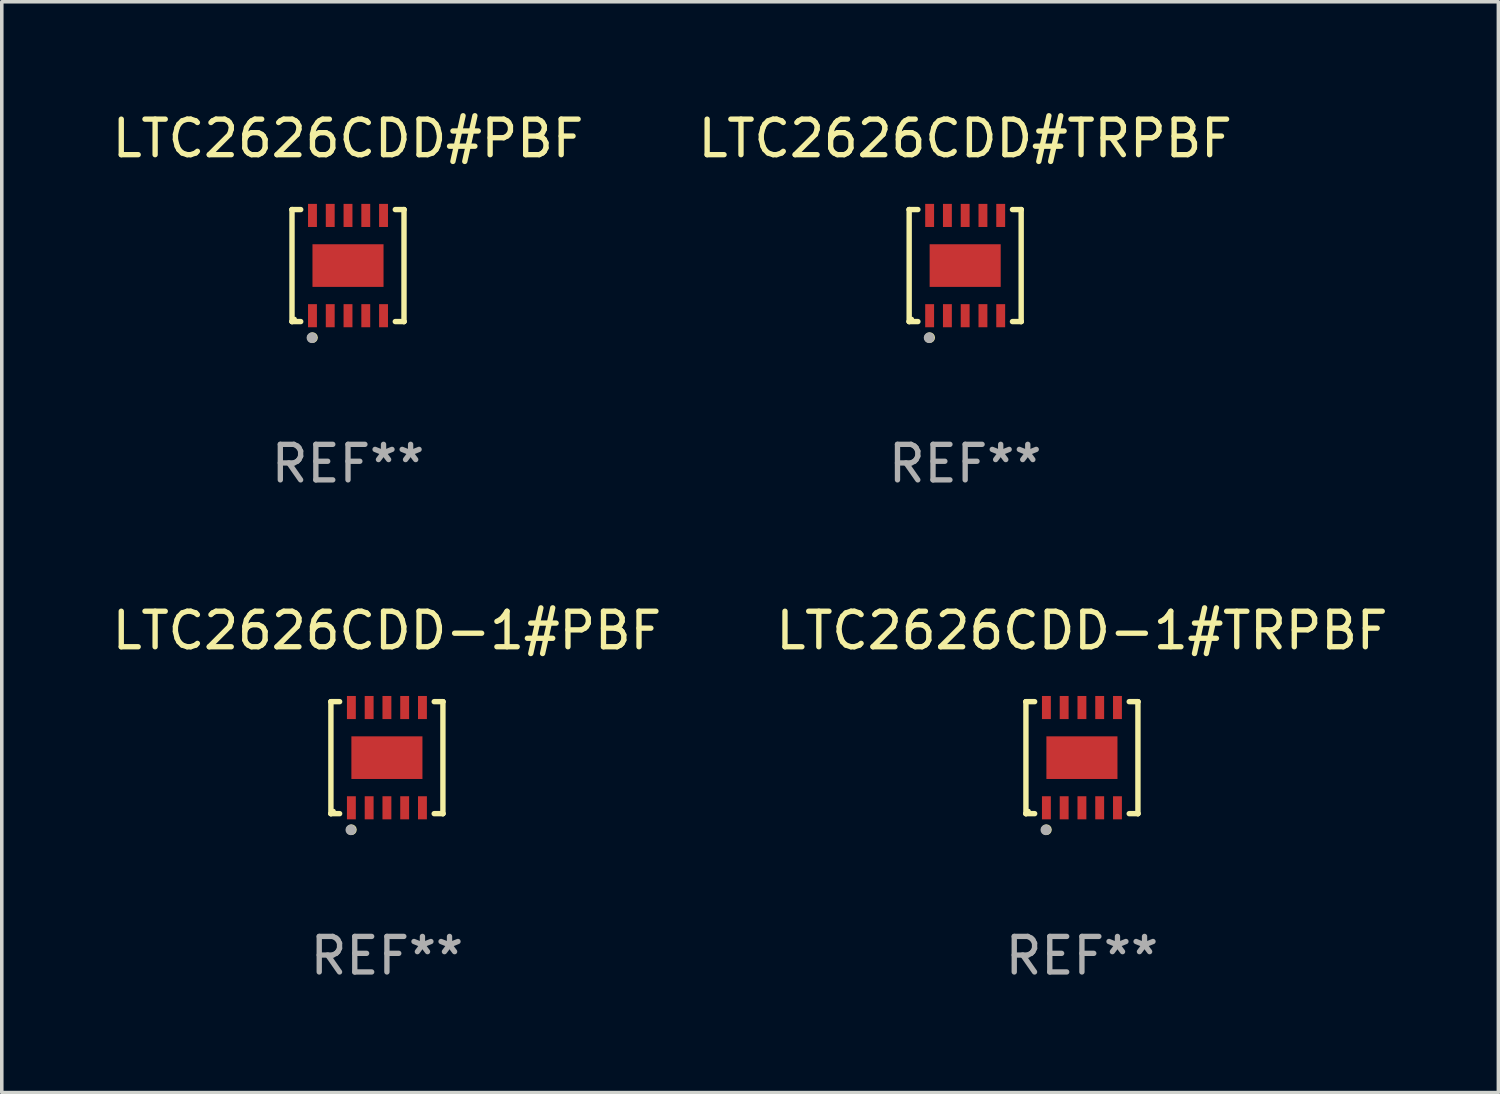
<source format=kicad_pcb>
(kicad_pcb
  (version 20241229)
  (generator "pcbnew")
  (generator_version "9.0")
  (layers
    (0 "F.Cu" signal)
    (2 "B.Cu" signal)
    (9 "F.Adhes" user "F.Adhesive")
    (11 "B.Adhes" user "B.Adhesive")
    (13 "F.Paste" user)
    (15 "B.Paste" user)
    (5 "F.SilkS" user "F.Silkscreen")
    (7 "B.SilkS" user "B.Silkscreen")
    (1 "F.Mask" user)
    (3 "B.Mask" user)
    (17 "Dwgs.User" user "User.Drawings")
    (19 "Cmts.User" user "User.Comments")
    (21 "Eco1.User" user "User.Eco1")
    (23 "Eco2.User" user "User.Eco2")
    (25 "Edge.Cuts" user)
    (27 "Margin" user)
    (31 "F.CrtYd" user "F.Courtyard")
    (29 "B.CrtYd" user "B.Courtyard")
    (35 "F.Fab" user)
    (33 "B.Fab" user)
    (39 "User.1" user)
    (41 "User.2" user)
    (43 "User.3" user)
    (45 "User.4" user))
  (footprint "LTC2626CDD#PBF"
    (layer "F.Cu")
    (at 6.744 4.424)
    (property "Reference" "LTC2626CDD#PBF" (at 0 -3.576 0) (layer "F.SilkS") (effects (font (size 1 1) (thickness 0.15))))
    (attr through_hole)
    (fp_line (start -1.576 -1.576) (end -1.576 -1.576) (stroke (width 0.152) (type solid)) (layer "F.SilkS"))
    (fp_line (start -1.576 -1.576) (end -1.331 -1.576) (stroke (width 0.152) (type solid)) (layer "F.SilkS"))
    (fp_line (start -1.576 1.576) (end -1.576 -1.576) (stroke (width 0.152) (type solid)) (layer "F.SilkS"))
    (fp_line (start -1.576 1.576) (end -1.576 1.576) (stroke (width 0.152) (type solid)) (layer "F.SilkS"))
    (fp_line (start -1.331 1.576) (end -1.576 1.576) (stroke (width 0.152) (type solid)) (layer "F.SilkS"))
    (fp_line (start 1.331 1.576) (end 1.576 1.576) (stroke (width 0.152) (type solid)) (layer "F.SilkS"))
    (fp_line (start 1.576 -1.576) (end 1.331 -1.576) (stroke (width 0.152) (type solid)) (layer "F.SilkS"))
    (fp_line (start 1.576 -1.576) (end 1.576 -1.576) (stroke (width 0.152) (type solid)) (layer "F.SilkS"))
    (fp_line (start 1.576 1.576) (end 1.576 -1.576) (stroke (width 0.152) (type solid)) (layer "F.SilkS"))
    (fp_line (start 1.576 1.576) (end 1.576 1.576) (stroke (width 0.152) (type solid)) (layer "F.SilkS"))
    (fp_circle (center -1.5 1.5) (end -1.47 1.5) (stroke (width 0.06) (type solid)) (fill no) (layer "F.SilkS"))
    (fp_circle (center -1 2.028) (end -0.925 2.028) (stroke (width 0.15) (type solid)) (fill no) (layer "F.SilkS"))
    (fp_circle (center -1.016 2.032) (end -0.941 2.032) (stroke (width 0.15) (type solid)) (fill no) (layer "F.Fab"))
    (fp_text user "REF**" (at 0 5.576 0) (layer "F.Fab") (effects (font (size 1 1) (thickness 0.15))))
    (pad "1" smd rect (at -1 1.411) (size 0.25 0.65) (layers "F.Cu" "F.Mask" "F.Paste"))
    (pad "2" smd rect (at -0.5 1.411) (size 0.25 0.65) (layers "F.Cu" "F.Mask" "F.Paste"))
    (pad "3" smd rect (at 0 1.411) (size 0.25 0.65) (layers "F.Cu" "F.Mask" "F.Paste"))
    (pad "4" smd rect (at 0.5 1.411) (size 0.25 0.65) (layers "F.Cu" "F.Mask" "F.Paste"))
    (pad "5" smd rect (at 1 1.411) (size 0.25 0.65) (layers "F.Cu" "F.Mask" "F.Paste"))
    (pad "6" smd rect (at 1 -1.411) (size 0.25 0.65) (layers "F.Cu" "F.Mask" "F.Paste"))
    (pad "7" smd rect (at 0.5 -1.411) (size 0.25 0.65) (layers "F.Cu" "F.Mask" "F.Paste"))
    (pad "8" smd rect (at 0 -1.411) (size 0.25 0.65) (layers "F.Cu" "F.Mask" "F.Paste"))
    (pad "9" smd rect (at -0.5 -1.411) (size 0.25 0.65) (layers "F.Cu" "F.Mask" "F.Paste"))
    (pad "10" smd rect (at -1 -1.411) (size 0.25 0.65) (layers "F.Cu" "F.Mask" "F.Paste"))
    (pad "11" smd rect (at 0 0) (size 2 1.2) (layers "F.Cu" "F.Mask" "F.Paste")))
  (footprint "LTC2626CDD-1#TRPBF"
    (layer "F.Cu")
    (at 27.399 18.273)
    (property "Reference" "LTC2626CDD-1#TRPBF" (at 0 -3.576 0) (layer "F.SilkS") (effects (font (size 1 1) (thickness 0.15))))
    (attr through_hole)
    (fp_line (start -1.576 -1.576) (end -1.576 -1.576) (stroke (width 0.152) (type solid)) (layer "F.SilkS"))
    (fp_line (start -1.576 -1.576) (end -1.331 -1.576) (stroke (width 0.152) (type solid)) (layer "F.SilkS"))
    (fp_line (start -1.576 1.576) (end -1.576 -1.576) (stroke (width 0.152) (type solid)) (layer "F.SilkS"))
    (fp_line (start -1.576 1.576) (end -1.576 1.576) (stroke (width 0.152) (type solid)) (layer "F.SilkS"))
    (fp_line (start -1.331 1.576) (end -1.576 1.576) (stroke (width 0.152) (type solid)) (layer "F.SilkS"))
    (fp_line (start 1.331 1.576) (end 1.576 1.576) (stroke (width 0.152) (type solid)) (layer "F.SilkS"))
    (fp_line (start 1.576 -1.576) (end 1.331 -1.576) (stroke (width 0.152) (type solid)) (layer "F.SilkS"))
    (fp_line (start 1.576 -1.576) (end 1.576 -1.576) (stroke (width 0.152) (type solid)) (layer "F.SilkS"))
    (fp_line (start 1.576 1.576) (end 1.576 -1.576) (stroke (width 0.152) (type solid)) (layer "F.SilkS"))
    (fp_line (start 1.576 1.576) (end 1.576 1.576) (stroke (width 0.152) (type solid)) (layer "F.SilkS"))
    (fp_circle (center -1.5 1.5) (end -1.47 1.5) (stroke (width 0.06) (type solid)) (fill no) (layer "F.SilkS"))
    (fp_circle (center -1 2.028) (end -0.925 2.028) (stroke (width 0.15) (type solid)) (fill no) (layer "F.SilkS"))
    (fp_circle (center -1.016 2.032) (end -0.941 2.032) (stroke (width 0.15) (type solid)) (fill no) (layer "F.Fab"))
    (fp_text user "REF**" (at 0 5.576 0) (layer "F.Fab") (effects (font (size 1 1) (thickness 0.15))))
    (pad "1" smd rect (at -1 1.411) (size 0.25 0.65) (layers "F.Cu" "F.Mask" "F.Paste"))
    (pad "2" smd rect (at -0.5 1.411) (size 0.25 0.65) (layers "F.Cu" "F.Mask" "F.Paste"))
    (pad "3" smd rect (at 0 1.411) (size 0.25 0.65) (layers "F.Cu" "F.Mask" "F.Paste"))
    (pad "4" smd rect (at 0.5 1.411) (size 0.25 0.65) (layers "F.Cu" "F.Mask" "F.Paste"))
    (pad "5" smd rect (at 1 1.411) (size 0.25 0.65) (layers "F.Cu" "F.Mask" "F.Paste"))
    (pad "6" smd rect (at 1 -1.411) (size 0.25 0.65) (layers "F.Cu" "F.Mask" "F.Paste"))
    (pad "7" smd rect (at 0.5 -1.411) (size 0.25 0.65) (layers "F.Cu" "F.Mask" "F.Paste"))
    (pad "8" smd rect (at 0 -1.411) (size 0.25 0.65) (layers "F.Cu" "F.Mask" "F.Paste"))
    (pad "9" smd rect (at -0.5 -1.411) (size 0.25 0.65) (layers "F.Cu" "F.Mask" "F.Paste"))
    (pad "10" smd rect (at -1 -1.411) (size 0.25 0.65) (layers "F.Cu" "F.Mask" "F.Paste"))
    (pad "11" smd rect (at 0 0) (size 2 1.2) (layers "F.Cu" "F.Mask" "F.Paste")))
  (footprint "LTC2626CDD-1#PBF"
    (layer "F.Cu")
    (at 7.839 18.273)
    (property "Reference" "LTC2626CDD-1#PBF" (at 0 -3.576 0) (layer "F.SilkS") (effects (font (size 1 1) (thickness 0.15))))
    (attr through_hole)
    (fp_line (start -1.576 -1.576) (end -1.576 -1.576) (stroke (width 0.152) (type solid)) (layer "F.SilkS"))
    (fp_line (start -1.576 -1.576) (end -1.331 -1.576) (stroke (width 0.152) (type solid)) (layer "F.SilkS"))
    (fp_line (start -1.576 1.576) (end -1.576 -1.576) (stroke (width 0.152) (type solid)) (layer "F.SilkS"))
    (fp_line (start -1.576 1.576) (end -1.576 1.576) (stroke (width 0.152) (type solid)) (layer "F.SilkS"))
    (fp_line (start -1.331 1.576) (end -1.576 1.576) (stroke (width 0.152) (type solid)) (layer "F.SilkS"))
    (fp_line (start 1.331 1.576) (end 1.576 1.576) (stroke (width 0.152) (type solid)) (layer "F.SilkS"))
    (fp_line (start 1.576 -1.576) (end 1.331 -1.576) (stroke (width 0.152) (type solid)) (layer "F.SilkS"))
    (fp_line (start 1.576 -1.576) (end 1.576 -1.576) (stroke (width 0.152) (type solid)) (layer "F.SilkS"))
    (fp_line (start 1.576 1.576) (end 1.576 -1.576) (stroke (width 0.152) (type solid)) (layer "F.SilkS"))
    (fp_line (start 1.576 1.576) (end 1.576 1.576) (stroke (width 0.152) (type solid)) (layer "F.SilkS"))
    (fp_circle (center -1.5 1.5) (end -1.47 1.5) (stroke (width 0.06) (type solid)) (fill no) (layer "F.SilkS"))
    (fp_circle (center -1 2.028) (end -0.925 2.028) (stroke (width 0.15) (type solid)) (fill no) (layer "F.SilkS"))
    (fp_circle (center -1.016 2.032) (end -0.941 2.032) (stroke (width 0.15) (type solid)) (fill no) (layer "F.Fab"))
    (fp_text user "REF**" (at 0 5.576 0) (layer "F.Fab") (effects (font (size 1 1) (thickness 0.15))))
    (pad "1" smd rect (at -1 1.411) (size 0.25 0.65) (layers "F.Cu" "F.Mask" "F.Paste"))
    (pad "2" smd rect (at -0.5 1.411) (size 0.25 0.65) (layers "F.Cu" "F.Mask" "F.Paste"))
    (pad "3" smd rect (at 0 1.411) (size 0.25 0.65) (layers "F.Cu" "F.Mask" "F.Paste"))
    (pad "4" smd rect (at 0.5 1.411) (size 0.25 0.65) (layers "F.Cu" "F.Mask" "F.Paste"))
    (pad "5" smd rect (at 1 1.411) (size 0.25 0.65) (layers "F.Cu" "F.Mask" "F.Paste"))
    (pad "6" smd rect (at 1 -1.411) (size 0.25 0.65) (layers "F.Cu" "F.Mask" "F.Paste"))
    (pad "7" smd rect (at 0.5 -1.411) (size 0.25 0.65) (layers "F.Cu" "F.Mask" "F.Paste"))
    (pad "8" smd rect (at 0 -1.411) (size 0.25 0.65) (layers "F.Cu" "F.Mask" "F.Paste"))
    (pad "9" smd rect (at -0.5 -1.411) (size 0.25 0.65) (layers "F.Cu" "F.Mask" "F.Paste"))
    (pad "10" smd rect (at -1 -1.411) (size 0.25 0.65) (layers "F.Cu" "F.Mask" "F.Paste"))
    (pad "11" smd rect (at 0 0) (size 2 1.2) (layers "F.Cu" "F.Mask" "F.Paste")))
  (footprint "LTC2626CDD#TRPBF"
    (layer "F.Cu")
    (at 24.113 4.424)
    (property "Reference" "LTC2626CDD#TRPBF" (at 0 -3.576 0) (layer "F.SilkS") (effects (font (size 1 1) (thickness 0.15))))
    (attr through_hole)
    (fp_line (start -1.576 -1.576) (end -1.576 -1.576) (stroke (width 0.152) (type solid)) (layer "F.SilkS"))
    (fp_line (start -1.576 -1.576) (end -1.331 -1.576) (stroke (width 0.152) (type solid)) (layer "F.SilkS"))
    (fp_line (start -1.576 1.576) (end -1.576 -1.576) (stroke (width 0.152) (type solid)) (layer "F.SilkS"))
    (fp_line (start -1.576 1.576) (end -1.576 1.576) (stroke (width 0.152) (type solid)) (layer "F.SilkS"))
    (fp_line (start -1.331 1.576) (end -1.576 1.576) (stroke (width 0.152) (type solid)) (layer "F.SilkS"))
    (fp_line (start 1.331 1.576) (end 1.576 1.576) (stroke (width 0.152) (type solid)) (layer "F.SilkS"))
    (fp_line (start 1.576 -1.576) (end 1.331 -1.576) (stroke (width 0.152) (type solid)) (layer "F.SilkS"))
    (fp_line (start 1.576 -1.576) (end 1.576 -1.576) (stroke (width 0.152) (type solid)) (layer "F.SilkS"))
    (fp_line (start 1.576 1.576) (end 1.576 -1.576) (stroke (width 0.152) (type solid)) (layer "F.SilkS"))
    (fp_line (start 1.576 1.576) (end 1.576 1.576) (stroke (width 0.152) (type solid)) (layer "F.SilkS"))
    (fp_circle (center -1.5 1.5) (end -1.47 1.5) (stroke (width 0.06) (type solid)) (fill no) (layer "F.SilkS"))
    (fp_circle (center -1 2.028) (end -0.925 2.028) (stroke (width 0.15) (type solid)) (fill no) (layer "F.SilkS"))
    (fp_circle (center -1.016 2.032) (end -0.941 2.032) (stroke (width 0.15) (type solid)) (fill no) (layer "F.Fab"))
    (fp_text user "REF**" (at 0 5.576 0) (layer "F.Fab") (effects (font (size 1 1) (thickness 0.15))))
    (pad "1" smd rect (at -1 1.411) (size 0.25 0.65) (layers "F.Cu" "F.Mask" "F.Paste"))
    (pad "2" smd rect (at -0.5 1.411) (size 0.25 0.65) (layers "F.Cu" "F.Mask" "F.Paste"))
    (pad "3" smd rect (at 0 1.411) (size 0.25 0.65) (layers "F.Cu" "F.Mask" "F.Paste"))
    (pad "4" smd rect (at 0.5 1.411) (size 0.25 0.65) (layers "F.Cu" "F.Mask" "F.Paste"))
    (pad "5" smd rect (at 1 1.411) (size 0.25 0.65) (layers "F.Cu" "F.Mask" "F.Paste"))
    (pad "6" smd rect (at 1 -1.411) (size 0.25 0.65) (layers "F.Cu" "F.Mask" "F.Paste"))
    (pad "7" smd rect (at 0.5 -1.411) (size 0.25 0.65) (layers "F.Cu" "F.Mask" "F.Paste"))
    (pad "8" smd rect (at 0 -1.411) (size 0.25 0.65) (layers "F.Cu" "F.Mask" "F.Paste"))
    (pad "9" smd rect (at -0.5 -1.411) (size 0.25 0.65) (layers "F.Cu" "F.Mask" "F.Paste"))
    (pad "10" smd rect (at -1 -1.411) (size 0.25 0.65) (layers "F.Cu" "F.Mask" "F.Paste"))
    (pad "11" smd rect (at 0 0) (size 2 1.2) (layers "F.Cu" "F.Mask" "F.Paste")))
  (gr_rect
    (start -3 -3)
    (end 39.119 27.698)
    (stroke (width 0.1) (type default))
    (fill no)
    (layer "Edge.Cuts")))
</source>
